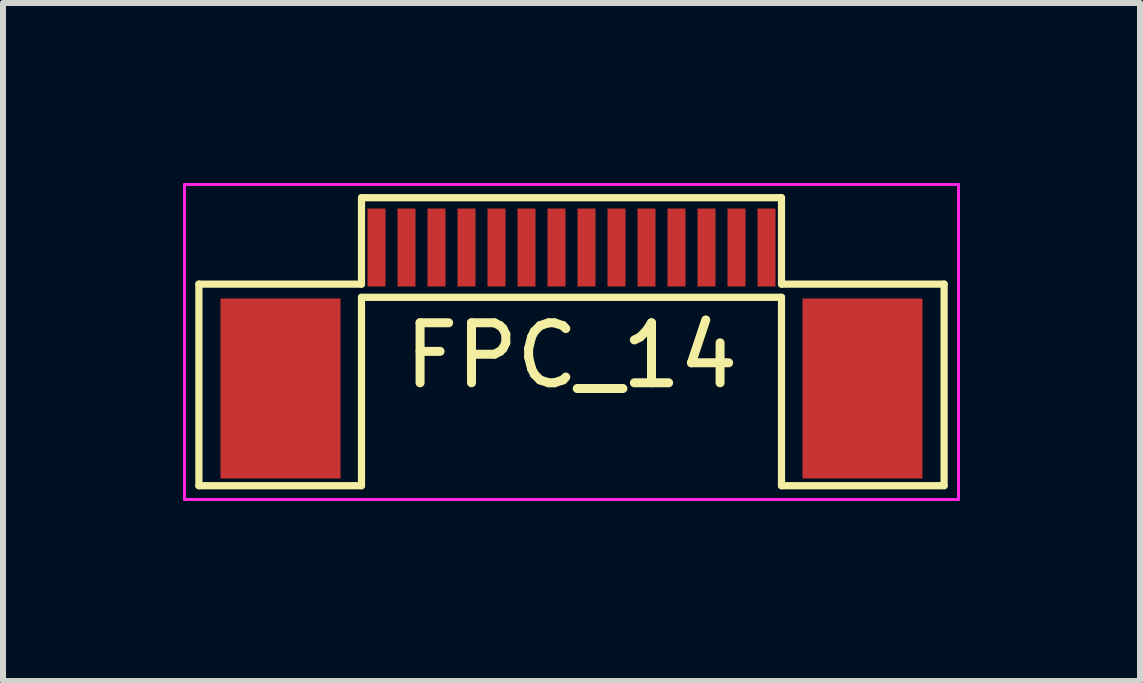
<source format=kicad_pcb>
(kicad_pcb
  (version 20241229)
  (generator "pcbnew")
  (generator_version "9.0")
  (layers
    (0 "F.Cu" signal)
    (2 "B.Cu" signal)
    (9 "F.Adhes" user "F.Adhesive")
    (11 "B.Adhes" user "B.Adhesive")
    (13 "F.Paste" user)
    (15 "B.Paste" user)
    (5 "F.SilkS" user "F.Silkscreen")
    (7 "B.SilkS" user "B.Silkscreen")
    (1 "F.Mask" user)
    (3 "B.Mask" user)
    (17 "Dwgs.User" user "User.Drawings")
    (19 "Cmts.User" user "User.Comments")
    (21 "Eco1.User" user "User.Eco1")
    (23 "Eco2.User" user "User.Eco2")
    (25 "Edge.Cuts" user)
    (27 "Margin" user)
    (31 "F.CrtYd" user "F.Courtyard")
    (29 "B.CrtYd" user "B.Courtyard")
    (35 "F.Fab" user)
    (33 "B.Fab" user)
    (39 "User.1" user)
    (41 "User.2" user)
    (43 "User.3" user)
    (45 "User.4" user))
  (footprint "FPC_14"
    (layer "F.Cu")
    (at 6.475 1.075)
    (property "Reference" "FPC_14" (at 0 1.8 0) (layer "F.SilkS") (effects (font (size 1 1) (thickness 0.15))))
    (attr through_hole)
    (fp_line (start -6.21 0.61) (end -3.5 0.61) (stroke (width 0.12) (type solid)) (layer "F.SilkS"))
    (fp_line (start -6.21 3.97) (end -6.21 0.61) (stroke (width 0.12) (type solid)) (layer "F.SilkS"))
    (fp_line (start -3.5 -0.83) (end 3.5 -0.83) (stroke (width 0.12) (type solid)) (layer "F.SilkS"))
    (fp_line (start -3.5 0.61) (end -3.5 -0.83) (stroke (width 0.12) (type solid)) (layer "F.SilkS"))
    (fp_line (start -3.5 0.83) (end -3.5 3.97) (stroke (width 0.12) (type solid)) (layer "F.SilkS"))
    (fp_line (start -3.5 0.83) (end 3.5 0.83) (stroke (width 0.12) (type solid)) (layer "F.SilkS"))
    (fp_line (start -3.5 3.97) (end -6.21 3.97) (stroke (width 0.12) (type solid)) (layer "F.SilkS"))
    (fp_line (start 3.5 0.61) (end 3.5 -0.83) (stroke (width 0.12) (type solid)) (layer "F.SilkS"))
    (fp_line (start 3.5 0.83) (end 3.5 3.97) (stroke (width 0.12) (type solid)) (layer "F.SilkS"))
    (fp_line (start 3.5 3.97) (end 6.21 3.97) (stroke (width 0.12) (type solid)) (layer "F.SilkS"))
    (fp_line (start 6.21 0.61) (end 3.5 0.61) (stroke (width 0.12) (type solid)) (layer "F.SilkS"))
    (fp_line (start 6.21 3.97) (end 6.21 0.61) (stroke (width 0.12) (type solid)) (layer "F.SilkS"))
    (fp_line (start -6.45 -1.05) (end -6.45 4.2) (stroke (width 0.05) (type solid)) (layer "F.CrtYd"))
    (fp_line (start -6.45 -1.05) (end 6.45 -1.05) (stroke (width 0.05) (type solid)) (layer "F.CrtYd"))
    (fp_line (start -6.45 4.2) (end 6.45 4.2) (stroke (width 0.05) (type solid)) (layer "F.CrtYd"))
    (fp_line (start 6.45 -1.05) (end 6.45 4.2) (stroke (width 0.05) (type solid)) (layer "F.CrtYd"))
    (pad "0" smd rect (at -4.85 2.35) (size 2 3) (layers "F.Cu" "F.Mask" "F.Paste"))
    (pad "0" smd rect (at 4.85 2.35) (size 2 3) (layers "F.Cu" "F.Mask" "F.Paste"))
    (pad "1" smd rect (at -3.25 0) (size 0.3 1.3) (layers "F.Cu" "F.Mask" "F.Paste"))
    (pad "2" smd rect (at -2.75 0) (size 0.3 1.3) (layers "F.Cu" "F.Mask" "F.Paste"))
    (pad "3" smd rect (at -2.25 0) (size 0.3 1.3) (layers "F.Cu" "F.Mask" "F.Paste"))
    (pad "4" smd rect (at -1.75 0) (size 0.3 1.3) (layers "F.Cu" "F.Mask" "F.Paste"))
    (pad "5" smd rect (at -1.25 0) (size 0.3 1.3) (layers "F.Cu" "F.Mask" "F.Paste"))
    (pad "6" smd rect (at -0.75 0) (size 0.3 1.3) (layers "F.Cu" "F.Mask" "F.Paste"))
    (pad "7" smd rect (at -0.25 0) (size 0.3 1.3) (layers "F.Cu" "F.Mask" "F.Paste"))
    (pad "8" smd rect (at 0.25 0) (size 0.3 1.3) (layers "F.Cu" "F.Mask" "F.Paste"))
    (pad "9" smd rect (at 0.75 0) (size 0.3 1.3) (layers "F.Cu" "F.Mask" "F.Paste"))
    (pad "10" smd rect (at 1.25 0) (size 0.3 1.3) (layers "F.Cu" "F.Mask" "F.Paste"))
    (pad "11" smd rect (at 1.75 0) (size 0.3 1.3) (layers "F.Cu" "F.Mask" "F.Paste"))
    (pad "12" smd rect (at 2.25 0) (size 0.3 1.3) (layers "F.Cu" "F.Mask" "F.Paste"))
    (pad "13" smd rect (at 2.75 0) (size 0.3 1.3) (layers "F.Cu" "F.Mask" "F.Paste"))
    (pad "14" smd rect (at 3.25 0) (size 0.3 1.3) (layers "F.Cu" "F.Mask" "F.Paste")))
  (gr_rect
    (start -3 -3)
    (end 15.95 8.3)
    (stroke (width 0.1) (type default))
    (fill no)
    (layer "Edge.Cuts")))
</source>
